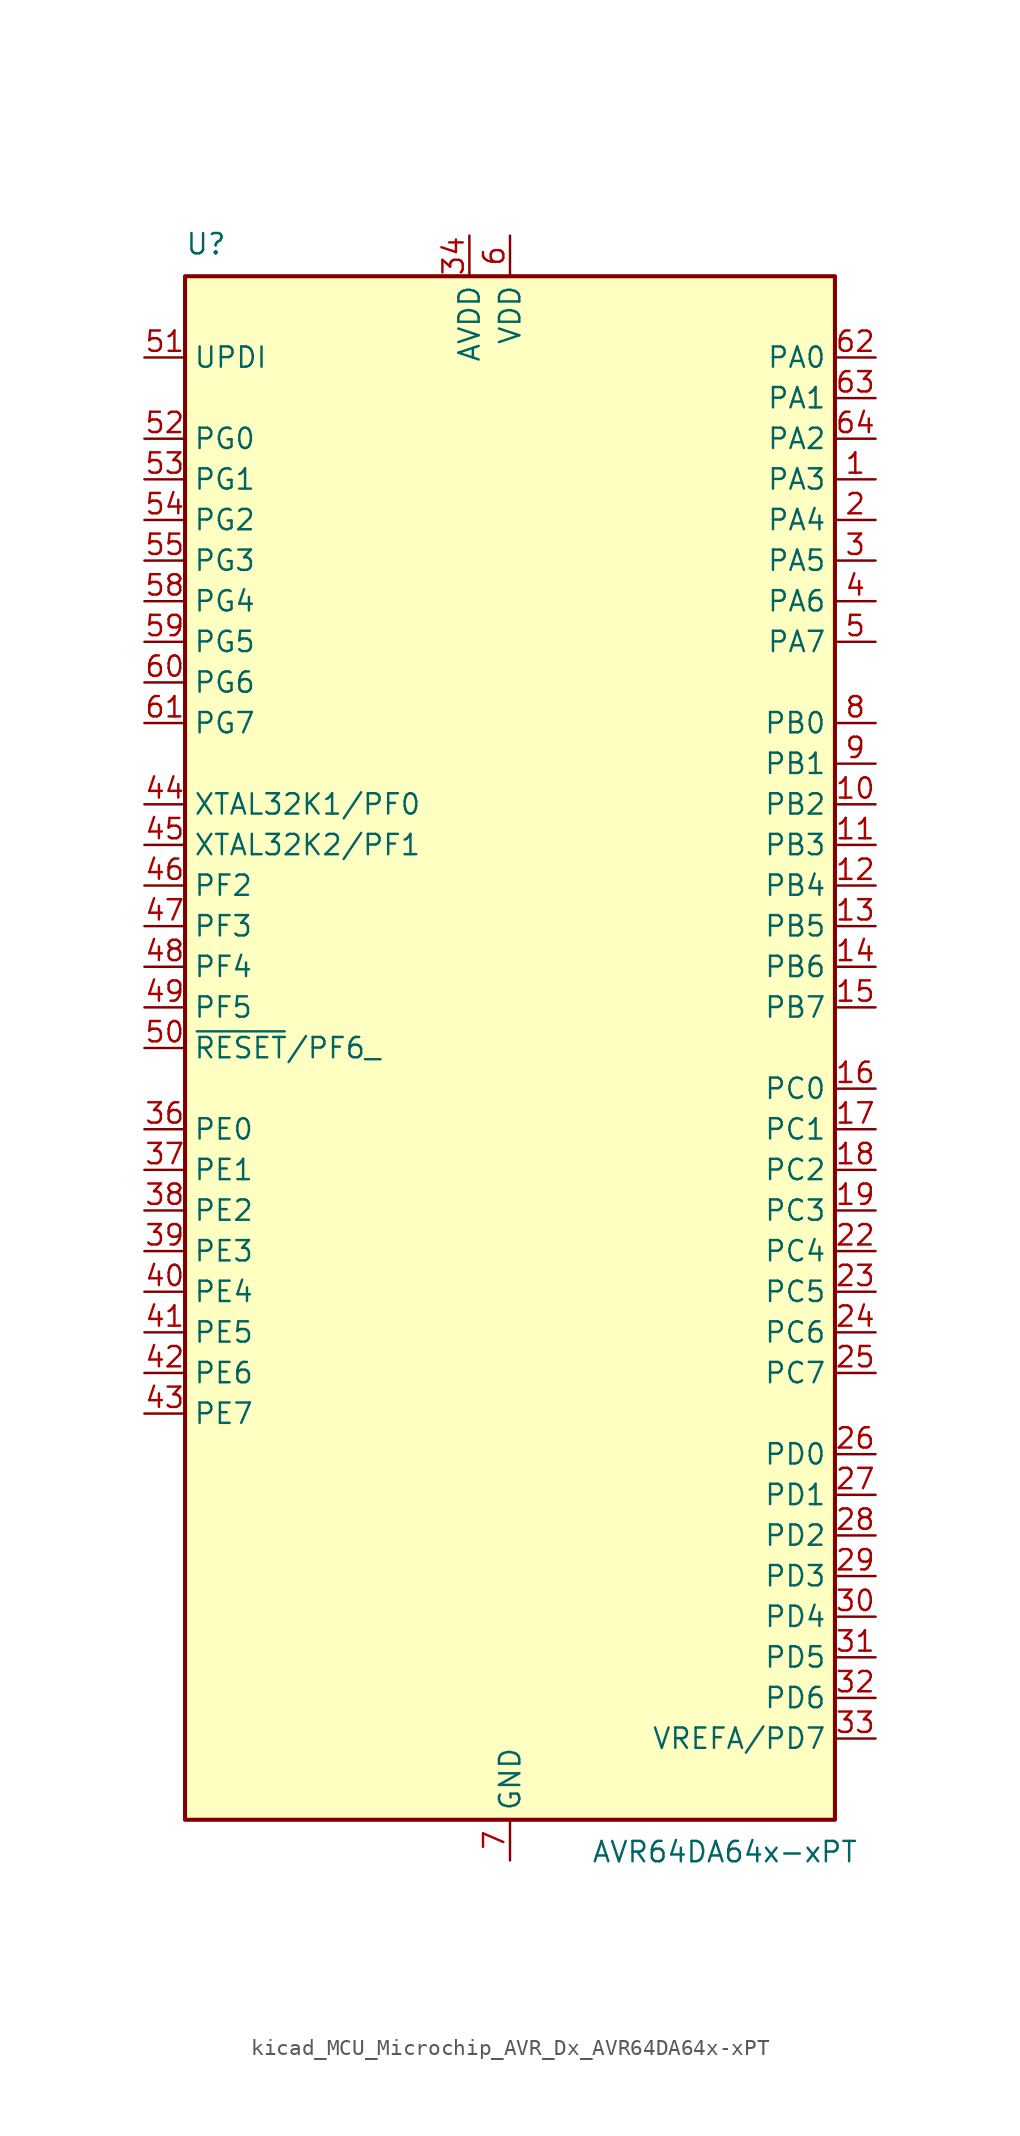
<source format=kicad_sym>
(kicad_symbol_lib
  (version 20220914)
  (generator kicad_symbol_editor)
  (symbol "kicad_MCU_Microchip_AVR_Dx_AVR64DA64x-xPT"
    (property "Reference" "U"
      (at -20.32 49.53 0)
      (effects (font (size 1.27 1.27)) (justify left bottom)))
    (property "Value" "AVR64DA64x-xPT"
      (at 5.08 -49.53 0)
      (effects (font (size 1.27 1.27)) (justify left top)))
    (symbol "kicad_MCU_Microchip_AVR_Dx_AVR64DA64x-xPT_0_1"
      (rectangle (start -20.32 48.26) (end 20.32 -48.26) (stroke (width 0.254) (type default)) (fill (type background))))
    (symbol "kicad_MCU_Microchip_AVR_Dx_AVR64DA64x-xPT_1_1"
      (pin bidirectional line (at 22.86 35.56 180) (length 2.54) (name "PA3" (effects (font (size 1.27 1.27)))) (number "1" (effects (font (size 1.27 1.27)))))
      (pin bidirectional line (at 22.86 15.24 180) (length 2.54) (name "PB2" (effects (font (size 1.27 1.27)))) (number "10" (effects (font (size 1.27 1.27)))))
      (pin bidirectional line (at 22.86 12.7 180) (length 2.54) (name "PB3" (effects (font (size 1.27 1.27)))) (number "11" (effects (font (size 1.27 1.27)))))
      (pin bidirectional line (at 22.86 10.16 180) (length 2.54) (name "PB4" (effects (font (size 1.27 1.27)))) (number "12" (effects (font (size 1.27 1.27)))))
      (pin bidirectional line (at 22.86 7.62 180) (length 2.54) (name "PB5" (effects (font (size 1.27 1.27)))) (number "13" (effects (font (size 1.27 1.27)))))
      (pin bidirectional line (at 22.86 5.08 180) (length 2.54) (name "PB6" (effects (font (size 1.27 1.27)))) (number "14" (effects (font (size 1.27 1.27)))))
      (pin bidirectional line (at 22.86 2.54 180) (length 2.54) (name "PB7" (effects (font (size 1.27 1.27)))) (number "15" (effects (font (size 1.27 1.27)))))
      (pin bidirectional line (at 22.86 -2.54 180) (length 2.54) (name "PC0" (effects (font (size 1.27 1.27)))) (number "16" (effects (font (size 1.27 1.27)))))
      (pin bidirectional line (at 22.86 -5.08 180) (length 2.54) (name "PC1" (effects (font (size 1.27 1.27)))) (number "17" (effects (font (size 1.27 1.27)))))
      (pin bidirectional line (at 22.86 -7.62 180) (length 2.54) (name "PC2" (effects (font (size 1.27 1.27)))) (number "18" (effects (font (size 1.27 1.27)))))
      (pin bidirectional line (at 22.86 -10.16 180) (length 2.54) (name "PC3" (effects (font (size 1.27 1.27)))) (number "19" (effects (font (size 1.27 1.27)))))
      (pin bidirectional line (at 22.86 33.02 180) (length 2.54) (name "PA4" (effects (font (size 1.27 1.27)))) (number "2" (effects (font (size 1.27 1.27)))))
      (pin passive line (at 0 50.8 270) (length 2.54) hide (name "VDD" (effects (font (size 1.27 1.27)))) (number "20" (effects (font (size 1.27 1.27)))))
      (pin passive line (at 0 -50.8 90) (length 2.54) hide (name "GND" (effects (font (size 1.27 1.27)))) (number "21" (effects (font (size 1.27 1.27)))))
      (pin bidirectional line (at 22.86 -12.7 180) (length 2.54) (name "PC4" (effects (font (size 1.27 1.27)))) (number "22" (effects (font (size 1.27 1.27)))))
      (pin bidirectional line (at 22.86 -15.24 180) (length 2.54) (name "PC5" (effects (font (size 1.27 1.27)))) (number "23" (effects (font (size 1.27 1.27)))))
      (pin bidirectional line (at 22.86 -17.78 180) (length 2.54) (name "PC6" (effects (font (size 1.27 1.27)))) (number "24" (effects (font (size 1.27 1.27)))))
      (pin bidirectional line (at 22.86 -20.32 180) (length 2.54) (name "PC7" (effects (font (size 1.27 1.27)))) (number "25" (effects (font (size 1.27 1.27)))))
      (pin bidirectional line (at 22.86 -25.4 180) (length 2.54) (name "PD0" (effects (font (size 1.27 1.27)))) (number "26" (effects (font (size 1.27 1.27)))))
      (pin bidirectional line (at 22.86 -27.94 180) (length 2.54) (name "PD1" (effects (font (size 1.27 1.27)))) (number "27" (effects (font (size 1.27 1.27)))))
      (pin bidirectional line (at 22.86 -30.48 180) (length 2.54) (name "PD2" (effects (font (size 1.27 1.27)))) (number "28" (effects (font (size 1.27 1.27)))))
      (pin bidirectional line (at 22.86 -33.02 180) (length 2.54) (name "PD3" (effects (font (size 1.27 1.27)))) (number "29" (effects (font (size 1.27 1.27)))))
      (pin bidirectional line (at 22.86 30.48 180) (length 2.54) (name "PA5" (effects (font (size 1.27 1.27)))) (number "3" (effects (font (size 1.27 1.27)))))
      (pin bidirectional line (at 22.86 -35.56 180) (length 2.54) (name "PD4" (effects (font (size 1.27 1.27)))) (number "30" (effects (font (size 1.27 1.27)))))
      (pin bidirectional line (at 22.86 -38.1 180) (length 2.54) (name "PD5" (effects (font (size 1.27 1.27)))) (number "31" (effects (font (size 1.27 1.27)))))
      (pin bidirectional line (at 22.86 -40.64 180) (length 2.54) (name "PD6" (effects (font (size 1.27 1.27)))) (number "32" (effects (font (size 1.27 1.27)))))
      (pin bidirectional line (at 22.86 -43.18 180) (length 2.54) (name "VREFA/PD7" (effects (font (size 1.27 1.27)))) (number "33" (effects (font (size 1.27 1.27)))))
      (pin power_in line (at -2.54 50.8 270) (length 2.54) (name "AVDD" (effects (font (size 1.27 1.27)))) (number "34" (effects (font (size 1.27 1.27)))))
      (pin passive line (at 0 -50.8 90) (length 2.54) hide (name "GND" (effects (font (size 1.27 1.27)))) (number "35" (effects (font (size 1.27 1.27)))))
      (pin bidirectional line (at -22.86 -5.08 0) (length 2.54) (name "PE0" (effects (font (size 1.27 1.27)))) (number "36" (effects (font (size 1.27 1.27)))))
      (pin bidirectional line (at -22.86 -7.62 0) (length 2.54) (name "PE1" (effects (font (size 1.27 1.27)))) (number "37" (effects (font (size 1.27 1.27)))))
      (pin bidirectional line (at -22.86 -10.16 0) (length 2.54) (name "PE2" (effects (font (size 1.27 1.27)))) (number "38" (effects (font (size 1.27 1.27)))))
      (pin bidirectional line (at -22.86 -12.7 0) (length 2.54) (name "PE3" (effects (font (size 1.27 1.27)))) (number "39" (effects (font (size 1.27 1.27)))))
      (pin bidirectional line (at 22.86 27.94 180) (length 2.54) (name "PA6" (effects (font (size 1.27 1.27)))) (number "4" (effects (font (size 1.27 1.27)))))
      (pin bidirectional line (at -22.86 -15.24 0) (length 2.54) (name "PE4" (effects (font (size 1.27 1.27)))) (number "40" (effects (font (size 1.27 1.27)))))
      (pin bidirectional line (at -22.86 -17.78 0) (length 2.54) (name "PE5" (effects (font (size 1.27 1.27)))) (number "41" (effects (font (size 1.27 1.27)))))
      (pin bidirectional line (at -22.86 -20.32 0) (length 2.54) (name "PE6" (effects (font (size 1.27 1.27)))) (number "42" (effects (font (size 1.27 1.27)))))
      (pin bidirectional line (at -22.86 -22.86 0) (length 2.54) (name "PE7" (effects (font (size 1.27 1.27)))) (number "43" (effects (font (size 1.27 1.27)))))
      (pin bidirectional line (at -22.86 15.24 0) (length 2.54) (name "XTAL32K1/PF0" (effects (font (size 1.27 1.27)))) (number "44" (effects (font (size 1.27 1.27)))))
      (pin bidirectional line (at -22.86 12.7 0) (length 2.54) (name "XTAL32K2/PF1" (effects (font (size 1.27 1.27)))) (number "45" (effects (font (size 1.27 1.27)))))
      (pin bidirectional line (at -22.86 10.16 0) (length 2.54) (name "PF2" (effects (font (size 1.27 1.27)))) (number "46" (effects (font (size 1.27 1.27)))))
      (pin bidirectional line (at -22.86 7.62 0) (length 2.54) (name "PF3" (effects (font (size 1.27 1.27)))) (number "47" (effects (font (size 1.27 1.27)))))
      (pin bidirectional line (at -22.86 5.08 0) (length 2.54) (name "PF4" (effects (font (size 1.27 1.27)))) (number "48" (effects (font (size 1.27 1.27)))))
      (pin bidirectional line (at -22.86 2.54 0) (length 2.54) (name "PF5" (effects (font (size 1.27 1.27)))) (number "49" (effects (font (size 1.27 1.27)))))
      (pin bidirectional line (at 22.86 25.4 180) (length 2.54) (name "PA7" (effects (font (size 1.27 1.27)))) (number "5" (effects (font (size 1.27 1.27)))))
      (pin bidirectional line (at -22.86 0 0) (length 2.54) (name "~{RESET}/PF6_" (effects (font (size 1.27 1.27)))) (number "50" (effects (font (size 1.27 1.27)))))
      (pin input line (at -22.86 43.18 0) (length 2.54) (name "UPDI" (effects (font (size 1.27 1.27)))) (number "51" (effects (font (size 1.27 1.27)))))
      (pin bidirectional line (at -22.86 38.1 0) (length 2.54) (name "PG0" (effects (font (size 1.27 1.27)))) (number "52" (effects (font (size 1.27 1.27)))))
      (pin bidirectional line (at -22.86 35.56 0) (length 2.54) (name "PG1" (effects (font (size 1.27 1.27)))) (number "53" (effects (font (size 1.27 1.27)))))
      (pin bidirectional line (at -22.86 33.02 0) (length 2.54) (name "PG2" (effects (font (size 1.27 1.27)))) (number "54" (effects (font (size 1.27 1.27)))))
      (pin bidirectional line (at -22.86 30.48 0) (length 2.54) (name "PG3" (effects (font (size 1.27 1.27)))) (number "55" (effects (font (size 1.27 1.27)))))
      (pin passive line (at 0 50.8 270) (length 2.54) hide (name "VDD" (effects (font (size 1.27 1.27)))) (number "56" (effects (font (size 1.27 1.27)))))
      (pin passive line (at 0 -50.8 90) (length 2.54) hide (name "GND" (effects (font (size 1.27 1.27)))) (number "57" (effects (font (size 1.27 1.27)))))
      (pin bidirectional line (at -22.86 27.94 0) (length 2.54) (name "PG4" (effects (font (size 1.27 1.27)))) (number "58" (effects (font (size 1.27 1.27)))))
      (pin bidirectional line (at -22.86 25.4 0) (length 2.54) (name "PG5" (effects (font (size 1.27 1.27)))) (number "59" (effects (font (size 1.27 1.27)))))
      (pin power_in line (at 0 50.8 270) (length 2.54) (name "VDD" (effects (font (size 1.27 1.27)))) (number "6" (effects (font (size 1.27 1.27)))))
      (pin bidirectional line (at -22.86 22.86 0) (length 2.54) (name "PG6" (effects (font (size 1.27 1.27)))) (number "60" (effects (font (size 1.27 1.27)))))
      (pin bidirectional line (at -22.86 20.32 0) (length 2.54) (name "PG7" (effects (font (size 1.27 1.27)))) (number "61" (effects (font (size 1.27 1.27)))))
      (pin bidirectional line (at 22.86 43.18 180) (length 2.54) (name "PA0" (effects (font (size 1.27 1.27)))) (number "62" (effects (font (size 1.27 1.27)))))
      (pin bidirectional line (at 22.86 40.64 180) (length 2.54) (name "PA1" (effects (font (size 1.27 1.27)))) (number "63" (effects (font (size 1.27 1.27)))))
      (pin bidirectional line (at 22.86 38.1 180) (length 2.54) (name "PA2" (effects (font (size 1.27 1.27)))) (number "64" (effects (font (size 1.27 1.27)))))
      (pin power_in line (at 0 -50.8 90) (length 2.54) (name "GND" (effects (font (size 1.27 1.27)))) (number "7" (effects (font (size 1.27 1.27)))))
      (pin bidirectional line (at 22.86 20.32 180) (length 2.54) (name "PB0" (effects (font (size 1.27 1.27)))) (number "8" (effects (font (size 1.27 1.27)))))
      (pin bidirectional line (at 22.86 17.78 180) (length 2.54) (name "PB1" (effects (font (size 1.27 1.27)))) (number "9" (effects (font (size 1.27 1.27))))))))
</source>
